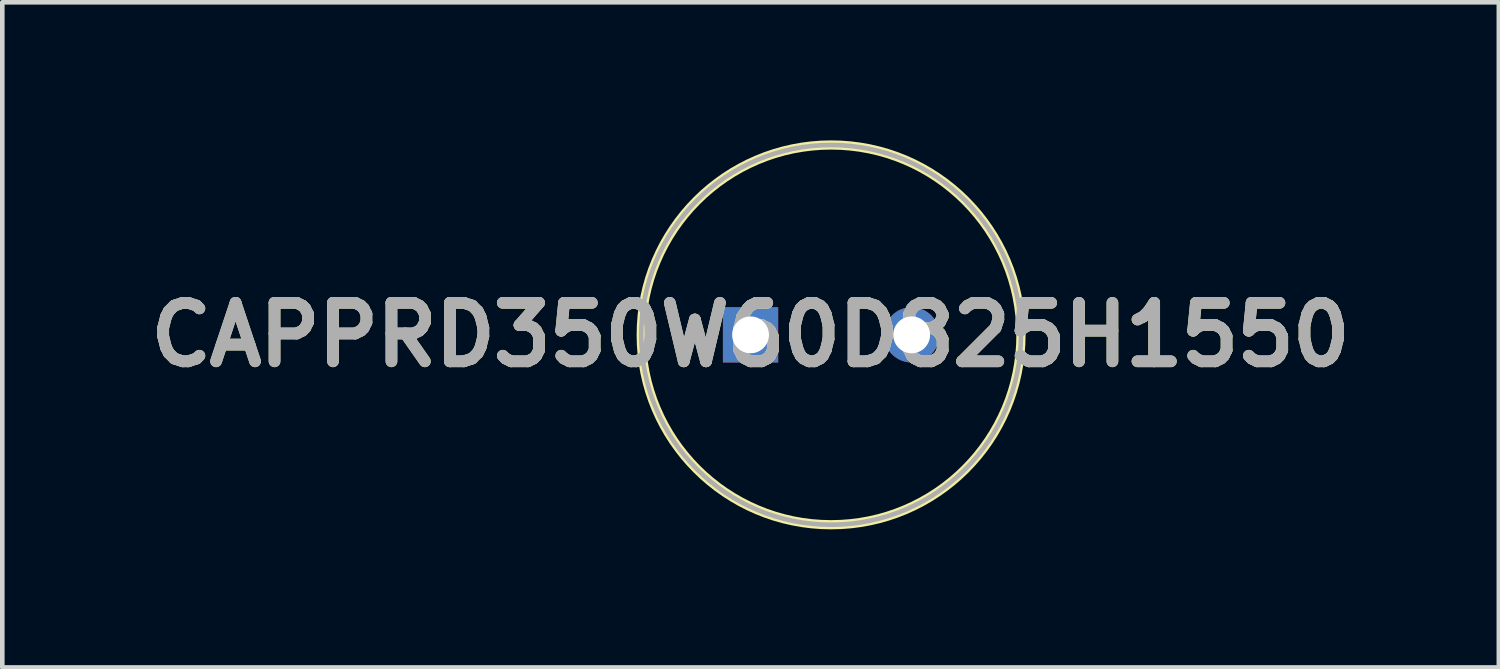
<source format=kicad_pcb>
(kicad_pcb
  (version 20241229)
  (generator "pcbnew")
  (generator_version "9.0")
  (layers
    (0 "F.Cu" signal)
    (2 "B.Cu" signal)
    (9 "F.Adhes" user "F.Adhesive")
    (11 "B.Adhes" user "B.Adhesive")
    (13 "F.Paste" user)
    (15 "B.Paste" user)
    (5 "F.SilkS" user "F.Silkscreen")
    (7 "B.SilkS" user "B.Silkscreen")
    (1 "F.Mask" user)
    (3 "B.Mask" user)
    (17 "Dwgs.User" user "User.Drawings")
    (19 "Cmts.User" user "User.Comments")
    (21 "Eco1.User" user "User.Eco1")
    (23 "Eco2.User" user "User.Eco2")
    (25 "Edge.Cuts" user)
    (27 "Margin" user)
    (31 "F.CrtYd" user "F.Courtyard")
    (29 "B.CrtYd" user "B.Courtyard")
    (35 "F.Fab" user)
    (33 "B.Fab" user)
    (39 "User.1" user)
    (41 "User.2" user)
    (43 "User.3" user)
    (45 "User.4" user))
  (footprint "CAPPRD350W60D825H1550"
    (layer "F.Cu")
    (at 13.256 4.225)
    (property "Reference" "CAPPRD350W60D825H1550" (at 0 0 0) (layer "F.SilkS") (effects (font (size 1.27 1.27) (thickness 0.254))))
    (attr through_hole)
    (fp_circle (center 1.75 0) (end 1.75 4.125) (stroke (width 0.2) (type solid)) (fill no) (layer "F.SilkS"))
    (fp_circle (center 1.75 0) (end 1.75 4.125) (stroke (width 0.1) (type solid)) (fill no) (layer "F.Fab"))
    (fp_text user "${REFERENCE}" (at 0 0 0) (layer "F.Fab") (effects (font (size 1.27 1.27) (thickness 0.254))))
    (pad "1" thru_hole rect (at 0 0) (size 1.2 1.2) (drill 0.8) (layers "*.Cu" "*.Mask"))
    (pad "2" thru_hole circle (at 3.5 0) (size 1.2 1.2) (drill 0.8) (layers "*.Cu" "*.Mask")))
  (gr_rect
    (start -3 -3)
    (end 29.513 11.45)
    (stroke (width 0.1) (type default))
    (fill no)
    (layer "Edge.Cuts")))
</source>
